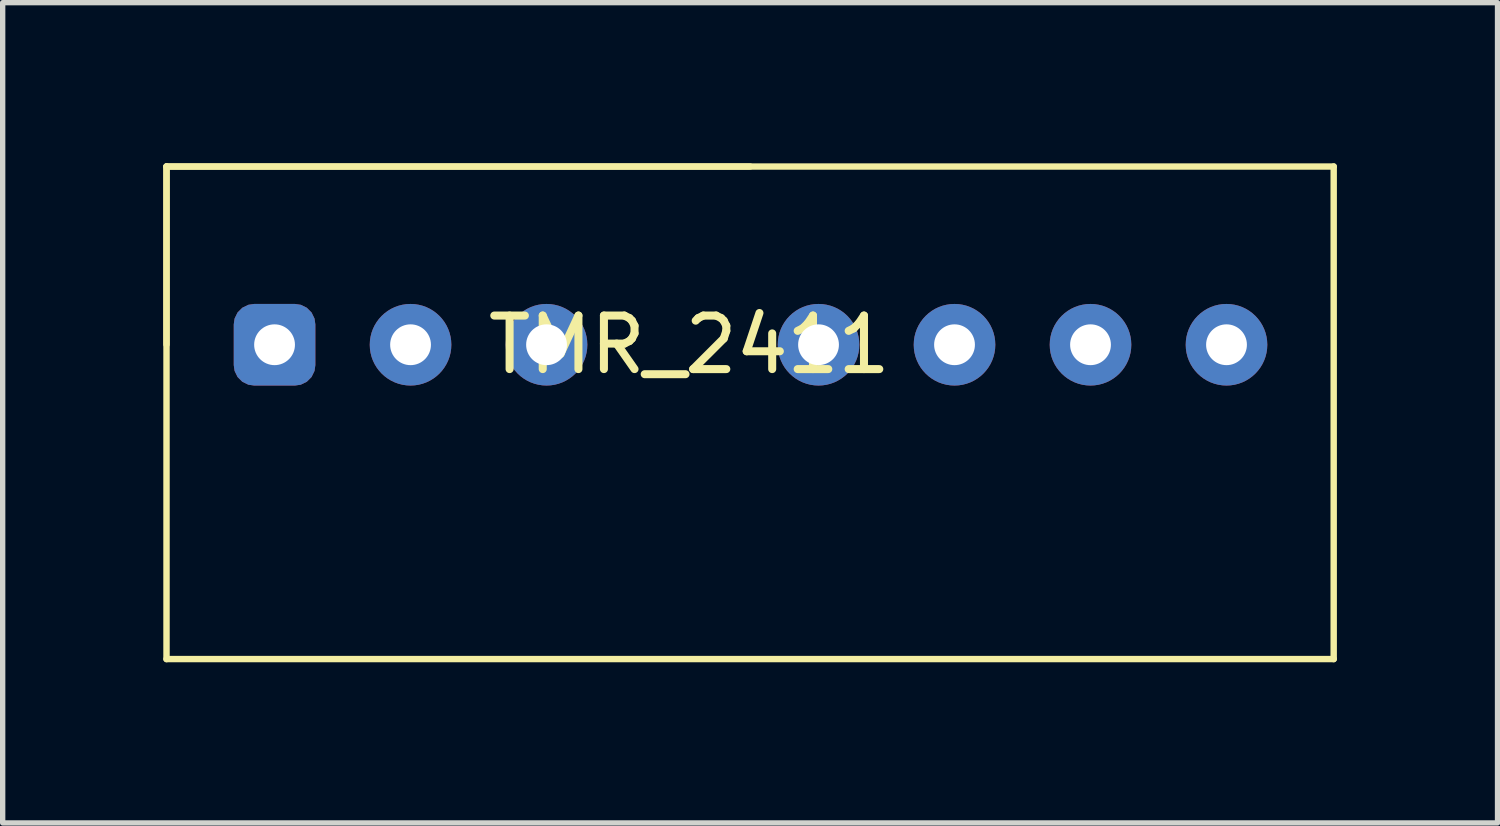
<source format=kicad_pcb>
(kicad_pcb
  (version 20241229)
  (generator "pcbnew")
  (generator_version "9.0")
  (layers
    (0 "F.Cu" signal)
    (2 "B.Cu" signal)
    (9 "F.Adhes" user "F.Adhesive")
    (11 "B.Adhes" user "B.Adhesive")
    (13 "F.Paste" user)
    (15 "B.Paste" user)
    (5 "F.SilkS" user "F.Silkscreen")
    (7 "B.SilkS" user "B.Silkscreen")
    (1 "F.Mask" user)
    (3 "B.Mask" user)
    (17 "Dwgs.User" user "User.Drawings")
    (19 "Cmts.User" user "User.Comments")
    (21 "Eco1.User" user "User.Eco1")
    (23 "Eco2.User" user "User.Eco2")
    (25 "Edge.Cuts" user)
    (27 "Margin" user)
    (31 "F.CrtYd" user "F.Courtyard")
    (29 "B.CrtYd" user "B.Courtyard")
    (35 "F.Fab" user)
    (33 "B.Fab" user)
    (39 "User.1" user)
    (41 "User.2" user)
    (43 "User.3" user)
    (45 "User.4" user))
  (footprint "TMR_2411"
    (layer "F.Cu")
    (at 2.078 3.389)
    (property "Reference" "TMR_2411" (at 7.747 0 0) (layer "F.SilkS") (effects (font (size 1 1) (thickness 0.15))))
    (attr through_hole)
    (fp_line (start -2.018 -3.329) (end -2.018 -0.004) (stroke (width 0.12) (type solid)) (layer "F.SilkS"))
    (fp_line (start -2.018 -3.329) (end -2.018 5.871) (stroke (width 0.12) (type solid)) (layer "F.SilkS"))
    (fp_line (start -2.018 -3.329) (end 8.882 -3.329) (stroke (width 0.12) (type solid)) (layer "F.SilkS"))
    (fp_line (start -2.018 5.871) (end 19.782 5.871) (stroke (width 0.12) (type solid)) (layer "F.SilkS"))
    (fp_line (start 19.782 -3.329) (end -2.018 -3.329) (stroke (width 0.12) (type solid)) (layer "F.SilkS"))
    (fp_line (start 19.782 5.871) (end 19.782 -3.329) (stroke (width 0.12) (type solid)) (layer "F.SilkS"))
    (pad "1" thru_hole roundrect (at 0 0) (size 1.524 1.524) (drill 0.762) (layers "*.Cu" "*.Mask") (roundrect_rratio 0.25))
    (pad "2" thru_hole circle (at 2.54 0) (size 1.524 1.524) (drill 0.762) (layers "*.Cu" "*.Mask"))
    (pad "3" thru_hole circle (at 5.08 0) (size 1.524 1.524) (drill 0.762) (layers "*.Cu" "*.Mask"))
    (pad "5" thru_hole circle (at 10.16 0) (size 1.524 1.524) (drill 0.762) (layers "*.Cu" "*.Mask"))
    (pad "6" thru_hole circle (at 12.7 0) (size 1.524 1.524) (drill 0.762) (layers "*.Cu" "*.Mask"))
    (pad "7" thru_hole circle (at 15.24 0) (size 1.524 1.524) (drill 0.762) (layers "*.Cu" "*.Mask"))
    (pad "8" thru_hole circle (at 17.78 0) (size 1.524 1.524) (drill 0.762) (layers "*.Cu" "*.Mask")))
  (gr_rect
    (start -3 -3)
    (end 24.92 12.32)
    (stroke (width 0.1) (type default))
    (fill no)
    (layer "Edge.Cuts")))
</source>
